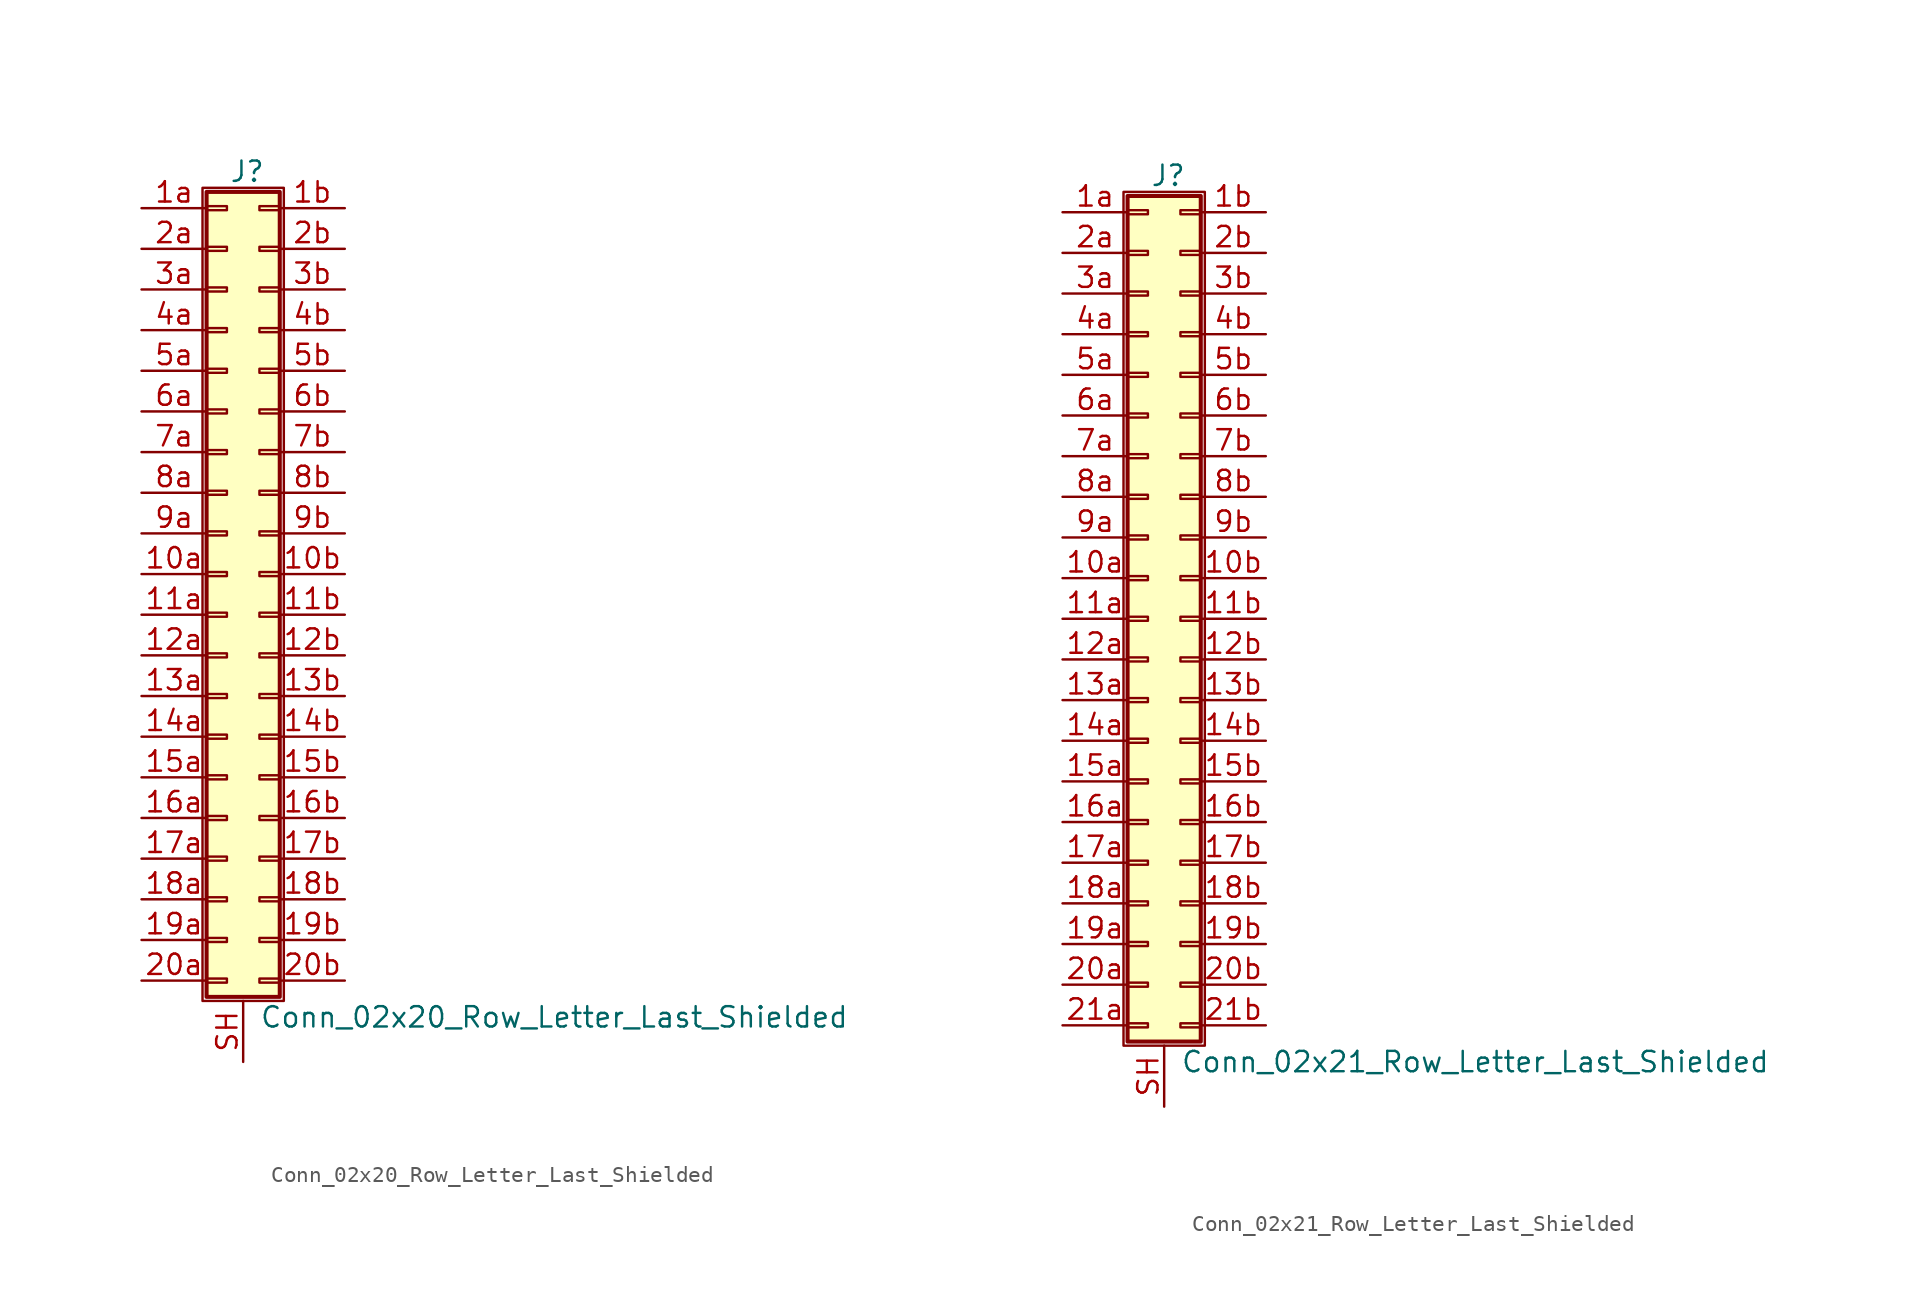
<source format=kicad_sym>
(kicad_symbol_lib
  (version 20201005)
  (generator kicad_symbol_editor)
  (symbol "Conn_02x20_Row_Letter_Last_Shielded"
    (pin_names
      (offset 1.016) hide)
    (property "Reference" "J"
      (at 1.524 25.146 0)
      (effects (font (size 1.27 1.27))))
    (property "Value" "Conn_02x20_Row_Letter_Last_Shielded"
      (at 2.286 -27.686 0)
      (effects (font (size 1.27 1.27)) (justify left)))
    (symbol "Conn_02x20_Row_Letter_Last_Shielded_1_1"
      (rectangle (start -1.27 24.13) (end 3.81 -26.67) (stroke (width 0.152)) (fill (type none)))
      (rectangle (start -1.016 -25.273) (end 0.254 -25.527) (stroke (width 0.152)) (fill (type none)))
      (rectangle (start -1.016 -22.733) (end 0.254 -22.987) (stroke (width 0.152)) (fill (type none)))
      (rectangle (start -1.016 -20.193) (end 0.254 -20.447) (stroke (width 0.152)) (fill (type none)))
      (rectangle (start -1.016 -17.653) (end 0.254 -17.907) (stroke (width 0.152)) (fill (type none)))
      (rectangle (start -1.016 -15.113) (end 0.254 -15.367) (stroke (width 0.152)) (fill (type none)))
      (rectangle (start -1.016 -12.573) (end 0.254 -12.827) (stroke (width 0.152)) (fill (type none)))
      (rectangle (start -1.016 -10.033) (end 0.254 -10.287) (stroke (width 0.152)) (fill (type none)))
      (rectangle (start -1.016 -7.493) (end 0.254 -7.747) (stroke (width 0.152)) (fill (type none)))
      (rectangle (start -1.016 -4.953) (end 0.254 -5.207) (stroke (width 0.152)) (fill (type none)))
      (rectangle (start -1.016 -2.413) (end 0.254 -2.667) (stroke (width 0.152)) (fill (type none)))
      (rectangle (start -1.016 0.127) (end 0.254 -0.127) (stroke (width 0.152)) (fill (type none)))
      (rectangle (start -1.016 2.667) (end 0.254 2.413) (stroke (width 0.152)) (fill (type none)))
      (rectangle (start -1.016 5.207) (end 0.254 4.953) (stroke (width 0.152)) (fill (type none)))
      (rectangle (start -1.016 7.747) (end 0.254 7.493) (stroke (width 0.152)) (fill (type none)))
      (rectangle (start -1.016 10.287) (end 0.254 10.033) (stroke (width 0.152)) (fill (type none)))
      (rectangle (start -1.016 12.827) (end 0.254 12.573) (stroke (width 0.152)) (fill (type none)))
      (rectangle (start -1.016 15.367) (end 0.254 15.113) (stroke (width 0.152)) (fill (type none)))
      (rectangle (start -1.016 17.907) (end 0.254 17.653) (stroke (width 0.152)) (fill (type none)))
      (rectangle (start -1.016 20.447) (end 0.254 20.193) (stroke (width 0.152)) (fill (type none)))
      (rectangle (start -1.016 22.987) (end 0.254 22.733) (stroke (width 0.152)) (fill (type none)))
      (rectangle (start -1.016 23.876) (end 3.556 -26.416) (stroke (width 0.254)) (fill (type background)))
      (rectangle (start 3.556 -25.273) (end 2.286 -25.527) (stroke (width 0.152)) (fill (type none)))
      (rectangle (start 3.556 -22.733) (end 2.286 -22.987) (stroke (width 0.152)) (fill (type none)))
      (rectangle (start 3.556 -20.193) (end 2.286 -20.447) (stroke (width 0.152)) (fill (type none)))
      (rectangle (start 3.556 -17.653) (end 2.286 -17.907) (stroke (width 0.152)) (fill (type none)))
      (rectangle (start 3.556 -15.113) (end 2.286 -15.367) (stroke (width 0.152)) (fill (type none)))
      (rectangle (start 3.556 -12.573) (end 2.286 -12.827) (stroke (width 0.152)) (fill (type none)))
      (rectangle (start 3.556 -10.033) (end 2.286 -10.287) (stroke (width 0.152)) (fill (type none)))
      (rectangle (start 3.556 -7.493) (end 2.286 -7.747) (stroke (width 0.152)) (fill (type none)))
      (rectangle (start 3.556 -4.953) (end 2.286 -5.207) (stroke (width 0.152)) (fill (type none)))
      (rectangle (start 3.556 -2.413) (end 2.286 -2.667) (stroke (width 0.152)) (fill (type none)))
      (rectangle (start 3.556 0.127) (end 2.286 -0.127) (stroke (width 0.152)) (fill (type none)))
      (rectangle (start 3.556 2.667) (end 2.286 2.413) (stroke (width 0.152)) (fill (type none)))
      (rectangle (start 3.556 5.207) (end 2.286 4.953) (stroke (width 0.152)) (fill (type none)))
      (rectangle (start 3.556 7.747) (end 2.286 7.493) (stroke (width 0.152)) (fill (type none)))
      (rectangle (start 3.556 10.287) (end 2.286 10.033) (stroke (width 0.152)) (fill (type none)))
      (rectangle (start 3.556 12.827) (end 2.286 12.573) (stroke (width 0.152)) (fill (type none)))
      (rectangle (start 3.556 15.367) (end 2.286 15.113) (stroke (width 0.152)) (fill (type none)))
      (rectangle (start 3.556 17.907) (end 2.286 17.653) (stroke (width 0.152)) (fill (type none)))
      (rectangle (start 3.556 20.447) (end 2.286 20.193) (stroke (width 0.152)) (fill (type none)))
      (rectangle (start 3.556 22.987) (end 2.286 22.733) (stroke (width 0.152)) (fill (type none)))
      (pin passive line (at -5.08 0 0) (length 4.064) (name "Pin_10a" (effects (font (size 1.27 1.27)))) (number "10a" (effects (font (size 1.27 1.27)))))
      (pin passive line (at 7.62 0 180) (length 4.064) (name "Pin_10b" (effects (font (size 1.27 1.27)))) (number "10b" (effects (font (size 1.27 1.27)))))
      (pin passive line (at -5.08 -2.54 0) (length 4.064) (name "Pin_11a" (effects (font (size 1.27 1.27)))) (number "11a" (effects (font (size 1.27 1.27)))))
      (pin passive line (at 7.62 -2.54 180) (length 4.064) (name "Pin_11b" (effects (font (size 1.27 1.27)))) (number "11b" (effects (font (size 1.27 1.27)))))
      (pin passive line (at -5.08 -5.08 0) (length 4.064) (name "Pin_12a" (effects (font (size 1.27 1.27)))) (number "12a" (effects (font (size 1.27 1.27)))))
      (pin passive line (at 7.62 -5.08 180) (length 4.064) (name "Pin_12b" (effects (font (size 1.27 1.27)))) (number "12b" (effects (font (size 1.27 1.27)))))
      (pin passive line (at -5.08 -7.62 0) (length 4.064) (name "Pin_13a" (effects (font (size 1.27 1.27)))) (number "13a" (effects (font (size 1.27 1.27)))))
      (pin passive line (at 7.62 -7.62 180) (length 4.064) (name "Pin_13b" (effects (font (size 1.27 1.27)))) (number "13b" (effects (font (size 1.27 1.27)))))
      (pin passive line (at -5.08 -10.16 0) (length 4.064) (name "Pin_14a" (effects (font (size 1.27 1.27)))) (number "14a" (effects (font (size 1.27 1.27)))))
      (pin passive line (at 7.62 -10.16 180) (length 4.064) (name "Pin_14b" (effects (font (size 1.27 1.27)))) (number "14b" (effects (font (size 1.27 1.27)))))
      (pin passive line (at -5.08 -12.7 0) (length 4.064) (name "Pin_15a" (effects (font (size 1.27 1.27)))) (number "15a" (effects (font (size 1.27 1.27)))))
      (pin passive line (at 7.62 -12.7 180) (length 4.064) (name "Pin_15b" (effects (font (size 1.27 1.27)))) (number "15b" (effects (font (size 1.27 1.27)))))
      (pin passive line (at -5.08 -15.24 0) (length 4.064) (name "Pin_16a" (effects (font (size 1.27 1.27)))) (number "16a" (effects (font (size 1.27 1.27)))))
      (pin passive line (at 7.62 -15.24 180) (length 4.064) (name "Pin_16b" (effects (font (size 1.27 1.27)))) (number "16b" (effects (font (size 1.27 1.27)))))
      (pin passive line (at -5.08 -17.78 0) (length 4.064) (name "Pin_17a" (effects (font (size 1.27 1.27)))) (number "17a" (effects (font (size 1.27 1.27)))))
      (pin passive line (at 7.62 -17.78 180) (length 4.064) (name "Pin_17b" (effects (font (size 1.27 1.27)))) (number "17b" (effects (font (size 1.27 1.27)))))
      (pin passive line (at -5.08 -20.32 0) (length 4.064) (name "Pin_18a" (effects (font (size 1.27 1.27)))) (number "18a" (effects (font (size 1.27 1.27)))))
      (pin passive line (at 7.62 -20.32 180) (length 4.064) (name "Pin_18b" (effects (font (size 1.27 1.27)))) (number "18b" (effects (font (size 1.27 1.27)))))
      (pin passive line (at -5.08 -22.86 0) (length 4.064) (name "Pin_19a" (effects (font (size 1.27 1.27)))) (number "19a" (effects (font (size 1.27 1.27)))))
      (pin passive line (at 7.62 -22.86 180) (length 4.064) (name "Pin_19b" (effects (font (size 1.27 1.27)))) (number "19b" (effects (font (size 1.27 1.27)))))
      (pin passive line (at -5.08 22.86 0) (length 4.064) (name "Pin_1a" (effects (font (size 1.27 1.27)))) (number "1a" (effects (font (size 1.27 1.27)))))
      (pin passive line (at 7.62 22.86 180) (length 4.064) (name "Pin_1b" (effects (font (size 1.27 1.27)))) (number "1b" (effects (font (size 1.27 1.27)))))
      (pin passive line (at -5.08 -25.4 0) (length 4.064) (name "Pin_20a" (effects (font (size 1.27 1.27)))) (number "20a" (effects (font (size 1.27 1.27)))))
      (pin passive line (at 7.62 -25.4 180) (length 4.064) (name "Pin_20b" (effects (font (size 1.27 1.27)))) (number "20b" (effects (font (size 1.27 1.27)))))
      (pin passive line (at -5.08 20.32 0) (length 4.064) (name "Pin_2a" (effects (font (size 1.27 1.27)))) (number "2a" (effects (font (size 1.27 1.27)))))
      (pin passive line (at 7.62 20.32 180) (length 4.064) (name "Pin_2b" (effects (font (size 1.27 1.27)))) (number "2b" (effects (font (size 1.27 1.27)))))
      (pin passive line (at -5.08 17.78 0) (length 4.064) (name "Pin_3a" (effects (font (size 1.27 1.27)))) (number "3a" (effects (font (size 1.27 1.27)))))
      (pin passive line (at 7.62 17.78 180) (length 4.064) (name "Pin_3b" (effects (font (size 1.27 1.27)))) (number "3b" (effects (font (size 1.27 1.27)))))
      (pin passive line (at -5.08 15.24 0) (length 4.064) (name "Pin_4a" (effects (font (size 1.27 1.27)))) (number "4a" (effects (font (size 1.27 1.27)))))
      (pin passive line (at 7.62 15.24 180) (length 4.064) (name "Pin_4b" (effects (font (size 1.27 1.27)))) (number "4b" (effects (font (size 1.27 1.27)))))
      (pin passive line (at -5.08 12.7 0) (length 4.064) (name "Pin_5a" (effects (font (size 1.27 1.27)))) (number "5a" (effects (font (size 1.27 1.27)))))
      (pin passive line (at 7.62 12.7 180) (length 4.064) (name "Pin_5b" (effects (font (size 1.27 1.27)))) (number "5b" (effects (font (size 1.27 1.27)))))
      (pin passive line (at -5.08 10.16 0) (length 4.064) (name "Pin_6a" (effects (font (size 1.27 1.27)))) (number "6a" (effects (font (size 1.27 1.27)))))
      (pin passive line (at 7.62 10.16 180) (length 4.064) (name "Pin_6b" (effects (font (size 1.27 1.27)))) (number "6b" (effects (font (size 1.27 1.27)))))
      (pin passive line (at -5.08 7.62 0) (length 4.064) (name "Pin_7a" (effects (font (size 1.27 1.27)))) (number "7a" (effects (font (size 1.27 1.27)))))
      (pin passive line (at 7.62 7.62 180) (length 4.064) (name "Pin_7b" (effects (font (size 1.27 1.27)))) (number "7b" (effects (font (size 1.27 1.27)))))
      (pin passive line (at -5.08 5.08 0) (length 4.064) (name "Pin_8a" (effects (font (size 1.27 1.27)))) (number "8a" (effects (font (size 1.27 1.27)))))
      (pin passive line (at 7.62 5.08 180) (length 4.064) (name "Pin_8b" (effects (font (size 1.27 1.27)))) (number "8b" (effects (font (size 1.27 1.27)))))
      (pin passive line (at -5.08 2.54 0) (length 4.064) (name "Pin_9a" (effects (font (size 1.27 1.27)))) (number "9a" (effects (font (size 1.27 1.27)))))
      (pin passive line (at 7.62 2.54 180) (length 4.064) (name "Pin_9b" (effects (font (size 1.27 1.27)))) (number "9b" (effects (font (size 1.27 1.27)))))
      (pin passive line (at 1.27 -30.48 90) (length 3.81) (name "Shield" (effects (font (size 1.27 1.27)))) (number "SH" (effects (font (size 1.27 1.27)))))))
  (symbol "Conn_02x21_Row_Letter_Last_Shielded"
    (pin_names
      (offset 1.016) hide)
    (property "Reference" "J"
      (at 1.524 27.686 0)
      (effects (font (size 1.27 1.27))))
    (property "Value" "Conn_02x21_Row_Letter_Last_Shielded"
      (at 2.286 -27.686 0)
      (effects (font (size 1.27 1.27)) (justify left)))
    (symbol "Conn_02x21_Row_Letter_Last_Shielded_1_1"
      (rectangle (start -1.27 26.67) (end 3.81 -26.67) (stroke (width 0.152)) (fill (type none)))
      (rectangle (start -1.016 -25.273) (end 0.254 -25.527) (stroke (width 0.152)) (fill (type none)))
      (rectangle (start -1.016 -22.733) (end 0.254 -22.987) (stroke (width 0.152)) (fill (type none)))
      (rectangle (start -1.016 -20.193) (end 0.254 -20.447) (stroke (width 0.152)) (fill (type none)))
      (rectangle (start -1.016 -17.653) (end 0.254 -17.907) (stroke (width 0.152)) (fill (type none)))
      (rectangle (start -1.016 -15.113) (end 0.254 -15.367) (stroke (width 0.152)) (fill (type none)))
      (rectangle (start -1.016 -12.573) (end 0.254 -12.827) (stroke (width 0.152)) (fill (type none)))
      (rectangle (start -1.016 -10.033) (end 0.254 -10.287) (stroke (width 0.152)) (fill (type none)))
      (rectangle (start -1.016 -7.493) (end 0.254 -7.747) (stroke (width 0.152)) (fill (type none)))
      (rectangle (start -1.016 -4.953) (end 0.254 -5.207) (stroke (width 0.152)) (fill (type none)))
      (rectangle (start -1.016 -2.413) (end 0.254 -2.667) (stroke (width 0.152)) (fill (type none)))
      (rectangle (start -1.016 0.127) (end 0.254 -0.127) (stroke (width 0.152)) (fill (type none)))
      (rectangle (start -1.016 2.667) (end 0.254 2.413) (stroke (width 0.152)) (fill (type none)))
      (rectangle (start -1.016 5.207) (end 0.254 4.953) (stroke (width 0.152)) (fill (type none)))
      (rectangle (start -1.016 7.747) (end 0.254 7.493) (stroke (width 0.152)) (fill (type none)))
      (rectangle (start -1.016 10.287) (end 0.254 10.033) (stroke (width 0.152)) (fill (type none)))
      (rectangle (start -1.016 12.827) (end 0.254 12.573) (stroke (width 0.152)) (fill (type none)))
      (rectangle (start -1.016 15.367) (end 0.254 15.113) (stroke (width 0.152)) (fill (type none)))
      (rectangle (start -1.016 17.907) (end 0.254 17.653) (stroke (width 0.152)) (fill (type none)))
      (rectangle (start -1.016 20.447) (end 0.254 20.193) (stroke (width 0.152)) (fill (type none)))
      (rectangle (start -1.016 22.987) (end 0.254 22.733) (stroke (width 0.152)) (fill (type none)))
      (rectangle (start -1.016 25.527) (end 0.254 25.273) (stroke (width 0.152)) (fill (type none)))
      (rectangle (start -1.016 26.416) (end 3.556 -26.416) (stroke (width 0.254)) (fill (type background)))
      (rectangle (start 3.556 -25.273) (end 2.286 -25.527) (stroke (width 0.152)) (fill (type none)))
      (rectangle (start 3.556 -22.733) (end 2.286 -22.987) (stroke (width 0.152)) (fill (type none)))
      (rectangle (start 3.556 -20.193) (end 2.286 -20.447) (stroke (width 0.152)) (fill (type none)))
      (rectangle (start 3.556 -17.653) (end 2.286 -17.907) (stroke (width 0.152)) (fill (type none)))
      (rectangle (start 3.556 -15.113) (end 2.286 -15.367) (stroke (width 0.152)) (fill (type none)))
      (rectangle (start 3.556 -12.573) (end 2.286 -12.827) (stroke (width 0.152)) (fill (type none)))
      (rectangle (start 3.556 -10.033) (end 2.286 -10.287) (stroke (width 0.152)) (fill (type none)))
      (rectangle (start 3.556 -7.493) (end 2.286 -7.747) (stroke (width 0.152)) (fill (type none)))
      (rectangle (start 3.556 -4.953) (end 2.286 -5.207) (stroke (width 0.152)) (fill (type none)))
      (rectangle (start 3.556 -2.413) (end 2.286 -2.667) (stroke (width 0.152)) (fill (type none)))
      (rectangle (start 3.556 0.127) (end 2.286 -0.127) (stroke (width 0.152)) (fill (type none)))
      (rectangle (start 3.556 2.667) (end 2.286 2.413) (stroke (width 0.152)) (fill (type none)))
      (rectangle (start 3.556 5.207) (end 2.286 4.953) (stroke (width 0.152)) (fill (type none)))
      (rectangle (start 3.556 7.747) (end 2.286 7.493) (stroke (width 0.152)) (fill (type none)))
      (rectangle (start 3.556 10.287) (end 2.286 10.033) (stroke (width 0.152)) (fill (type none)))
      (rectangle (start 3.556 12.827) (end 2.286 12.573) (stroke (width 0.152)) (fill (type none)))
      (rectangle (start 3.556 15.367) (end 2.286 15.113) (stroke (width 0.152)) (fill (type none)))
      (rectangle (start 3.556 17.907) (end 2.286 17.653) (stroke (width 0.152)) (fill (type none)))
      (rectangle (start 3.556 20.447) (end 2.286 20.193) (stroke (width 0.152)) (fill (type none)))
      (rectangle (start 3.556 22.987) (end 2.286 22.733) (stroke (width 0.152)) (fill (type none)))
      (rectangle (start 3.556 25.527) (end 2.286 25.273) (stroke (width 0.152)) (fill (type none)))
      (pin passive line (at -5.08 2.54 0) (length 4.064) (name "Pin_10a" (effects (font (size 1.27 1.27)))) (number "10a" (effects (font (size 1.27 1.27)))))
      (pin passive line (at 7.62 2.54 180) (length 4.064) (name "Pin_10b" (effects (font (size 1.27 1.27)))) (number "10b" (effects (font (size 1.27 1.27)))))
      (pin passive line (at -5.08 0 0) (length 4.064) (name "Pin_11a" (effects (font (size 1.27 1.27)))) (number "11a" (effects (font (size 1.27 1.27)))))
      (pin passive line (at 7.62 0 180) (length 4.064) (name "Pin_11b" (effects (font (size 1.27 1.27)))) (number "11b" (effects (font (size 1.27 1.27)))))
      (pin passive line (at -5.08 -2.54 0) (length 4.064) (name "Pin_12a" (effects (font (size 1.27 1.27)))) (number "12a" (effects (font (size 1.27 1.27)))))
      (pin passive line (at 7.62 -2.54 180) (length 4.064) (name "Pin_12b" (effects (font (size 1.27 1.27)))) (number "12b" (effects (font (size 1.27 1.27)))))
      (pin passive line (at -5.08 -5.08 0) (length 4.064) (name "Pin_13a" (effects (font (size 1.27 1.27)))) (number "13a" (effects (font (size 1.27 1.27)))))
      (pin passive line (at 7.62 -5.08 180) (length 4.064) (name "Pin_13b" (effects (font (size 1.27 1.27)))) (number "13b" (effects (font (size 1.27 1.27)))))
      (pin passive line (at -5.08 -7.62 0) (length 4.064) (name "Pin_14a" (effects (font (size 1.27 1.27)))) (number "14a" (effects (font (size 1.27 1.27)))))
      (pin passive line (at 7.62 -7.62 180) (length 4.064) (name "Pin_14b" (effects (font (size 1.27 1.27)))) (number "14b" (effects (font (size 1.27 1.27)))))
      (pin passive line (at -5.08 -10.16 0) (length 4.064) (name "Pin_15a" (effects (font (size 1.27 1.27)))) (number "15a" (effects (font (size 1.27 1.27)))))
      (pin passive line (at 7.62 -10.16 180) (length 4.064) (name "Pin_15b" (effects (font (size 1.27 1.27)))) (number "15b" (effects (font (size 1.27 1.27)))))
      (pin passive line (at -5.08 -12.7 0) (length 4.064) (name "Pin_16a" (effects (font (size 1.27 1.27)))) (number "16a" (effects (font (size 1.27 1.27)))))
      (pin passive line (at 7.62 -12.7 180) (length 4.064) (name "Pin_16b" (effects (font (size 1.27 1.27)))) (number "16b" (effects (font (size 1.27 1.27)))))
      (pin passive line (at -5.08 -15.24 0) (length 4.064) (name "Pin_17a" (effects (font (size 1.27 1.27)))) (number "17a" (effects (font (size 1.27 1.27)))))
      (pin passive line (at 7.62 -15.24 180) (length 4.064) (name "Pin_17b" (effects (font (size 1.27 1.27)))) (number "17b" (effects (font (size 1.27 1.27)))))
      (pin passive line (at -5.08 -17.78 0) (length 4.064) (name "Pin_18a" (effects (font (size 1.27 1.27)))) (number "18a" (effects (font (size 1.27 1.27)))))
      (pin passive line (at 7.62 -17.78 180) (length 4.064) (name "Pin_18b" (effects (font (size 1.27 1.27)))) (number "18b" (effects (font (size 1.27 1.27)))))
      (pin passive line (at -5.08 -20.32 0) (length 4.064) (name "Pin_19a" (effects (font (size 1.27 1.27)))) (number "19a" (effects (font (size 1.27 1.27)))))
      (pin passive line (at 7.62 -20.32 180) (length 4.064) (name "Pin_19b" (effects (font (size 1.27 1.27)))) (number "19b" (effects (font (size 1.27 1.27)))))
      (pin passive line (at -5.08 25.4 0) (length 4.064) (name "Pin_1a" (effects (font (size 1.27 1.27)))) (number "1a" (effects (font (size 1.27 1.27)))))
      (pin passive line (at 7.62 25.4 180) (length 4.064) (name "Pin_1b" (effects (font (size 1.27 1.27)))) (number "1b" (effects (font (size 1.27 1.27)))))
      (pin passive line (at -5.08 -22.86 0) (length 4.064) (name "Pin_20a" (effects (font (size 1.27 1.27)))) (number "20a" (effects (font (size 1.27 1.27)))))
      (pin passive line (at 7.62 -22.86 180) (length 4.064) (name "Pin_20b" (effects (font (size 1.27 1.27)))) (number "20b" (effects (font (size 1.27 1.27)))))
      (pin passive line (at -5.08 -25.4 0) (length 4.064) (name "Pin_21a" (effects (font (size 1.27 1.27)))) (number "21a" (effects (font (size 1.27 1.27)))))
      (pin passive line (at 7.62 -25.4 180) (length 4.064) (name "Pin_21b" (effects (font (size 1.27 1.27)))) (number "21b" (effects (font (size 1.27 1.27)))))
      (pin passive line (at -5.08 22.86 0) (length 4.064) (name "Pin_2a" (effects (font (size 1.27 1.27)))) (number "2a" (effects (font (size 1.27 1.27)))))
      (pin passive line (at 7.62 22.86 180) (length 4.064) (name "Pin_2b" (effects (font (size 1.27 1.27)))) (number "2b" (effects (font (size 1.27 1.27)))))
      (pin passive line (at -5.08 20.32 0) (length 4.064) (name "Pin_3a" (effects (font (size 1.27 1.27)))) (number "3a" (effects (font (size 1.27 1.27)))))
      (pin passive line (at 7.62 20.32 180) (length 4.064) (name "Pin_3b" (effects (font (size 1.27 1.27)))) (number "3b" (effects (font (size 1.27 1.27)))))
      (pin passive line (at -5.08 17.78 0) (length 4.064) (name "Pin_4a" (effects (font (size 1.27 1.27)))) (number "4a" (effects (font (size 1.27 1.27)))))
      (pin passive line (at 7.62 17.78 180) (length 4.064) (name "Pin_4b" (effects (font (size 1.27 1.27)))) (number "4b" (effects (font (size 1.27 1.27)))))
      (pin passive line (at -5.08 15.24 0) (length 4.064) (name "Pin_5a" (effects (font (size 1.27 1.27)))) (number "5a" (effects (font (size 1.27 1.27)))))
      (pin passive line (at 7.62 15.24 180) (length 4.064) (name "Pin_5b" (effects (font (size 1.27 1.27)))) (number "5b" (effects (font (size 1.27 1.27)))))
      (pin passive line (at -5.08 12.7 0) (length 4.064) (name "Pin_6a" (effects (font (size 1.27 1.27)))) (number "6a" (effects (font (size 1.27 1.27)))))
      (pin passive line (at 7.62 12.7 180) (length 4.064) (name "Pin_6b" (effects (font (size 1.27 1.27)))) (number "6b" (effects (font (size 1.27 1.27)))))
      (pin passive line (at -5.08 10.16 0) (length 4.064) (name "Pin_7a" (effects (font (size 1.27 1.27)))) (number "7a" (effects (font (size 1.27 1.27)))))
      (pin passive line (at 7.62 10.16 180) (length 4.064) (name "Pin_7b" (effects (font (size 1.27 1.27)))) (number "7b" (effects (font (size 1.27 1.27)))))
      (pin passive line (at -5.08 7.62 0) (length 4.064) (name "Pin_8a" (effects (font (size 1.27 1.27)))) (number "8a" (effects (font (size 1.27 1.27)))))
      (pin passive line (at 7.62 7.62 180) (length 4.064) (name "Pin_8b" (effects (font (size 1.27 1.27)))) (number "8b" (effects (font (size 1.27 1.27)))))
      (pin passive line (at -5.08 5.08 0) (length 4.064) (name "Pin_9a" (effects (font (size 1.27 1.27)))) (number "9a" (effects (font (size 1.27 1.27)))))
      (pin passive line (at 7.62 5.08 180) (length 4.064) (name "Pin_9b" (effects (font (size 1.27 1.27)))) (number "9b" (effects (font (size 1.27 1.27)))))
      (pin passive line (at 1.27 -30.48 90) (length 3.81) (name "Shield" (effects (font (size 1.27 1.27)))) (number "SH" (effects (font (size 1.27 1.27))))))))
</source>
